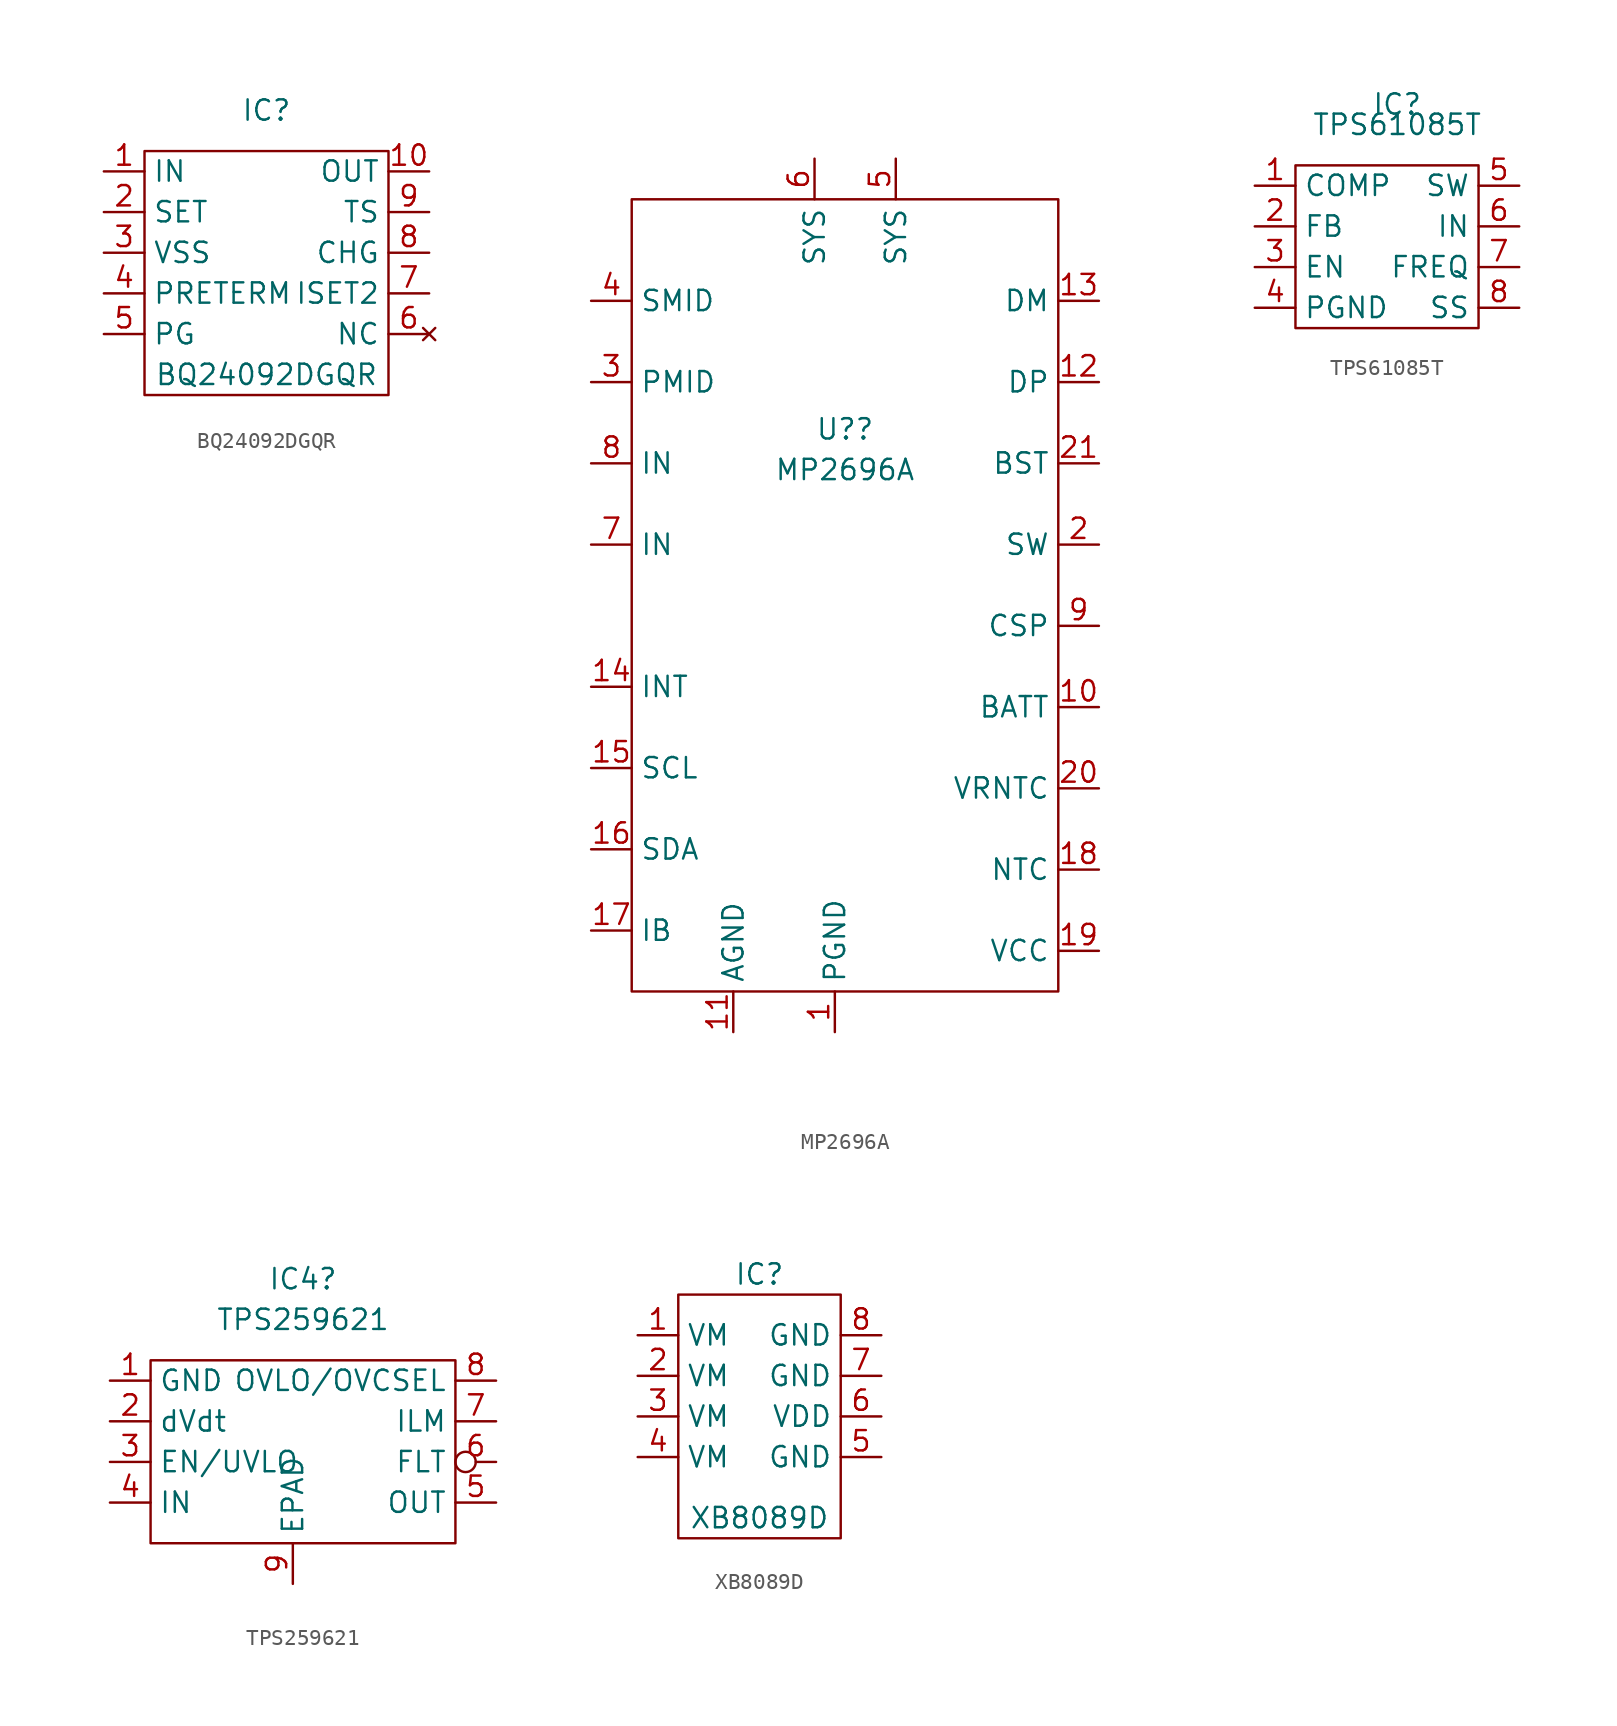
<source format=kicad_sym>
(kicad_symbol_lib
  (version 20211014)
  (generator kicad_symbol_editor)
  (symbol "BQ24092DGQR"
    (property "Reference" "IC"
      (at 1.27 10.16 0)
      (effects (font (size 1.27 1.27))))
    (property "Value" "BQ24092DGQR"
      (at 1.27 -6.35 0)
      (effects (font (size 1.27 1.27))))
    (symbol "BQ24092DGQR_0_1"
      (rectangle (start -6.35 7.62) (end 8.89 -7.62) (stroke (width 0) (type default) (color 0 0 0 0)) (fill (type none))))
    (symbol "BQ24092DGQR_1_1"
      (pin input line (at -8.89 6.35 0) (length 2.54) (name "IN" (effects (font (size 1.27 1.27)))) (number "1" (effects (font (size 1.27 1.27)))))
      (pin output line (at 11.43 6.35 180) (length 2.54) (name "OUT" (effects (font (size 1.27 1.27)))) (number "10" (effects (font (size 1.27 1.27)))))
      (pin input line (at -8.89 3.81 0) (length 2.54) (name "SET" (effects (font (size 1.27 1.27)))) (number "2" (effects (font (size 1.27 1.27)))))
      (pin input line (at -8.89 1.27 0) (length 2.54) (name "VSS" (effects (font (size 1.27 1.27)))) (number "3" (effects (font (size 1.27 1.27)))))
      (pin input line (at -8.89 -1.27 0) (length 2.54) (name "PRETERM" (effects (font (size 1.27 1.27)))) (number "4" (effects (font (size 1.27 1.27)))))
      (pin output line (at -8.89 -3.81 0) (length 2.54) (name "PG" (effects (font (size 1.27 1.27)))) (number "5" (effects (font (size 1.27 1.27)))))
      (pin no_connect line (at 11.43 -3.81 180) (length 2.54) (name "NC" (effects (font (size 1.27 1.27)))) (number "6" (effects (font (size 1.27 1.27)))))
      (pin input line (at 11.43 -1.27 180) (length 2.54) (name "ISET2" (effects (font (size 1.27 1.27)))) (number "7" (effects (font (size 1.27 1.27)))))
      (pin output line (at 11.43 1.27 180) (length 2.54) (name "CHG" (effects (font (size 1.27 1.27)))) (number "8" (effects (font (size 1.27 1.27)))))
      (pin input line (at 11.43 3.81 180) (length 2.54) (name "TS" (effects (font (size 1.27 1.27)))) (number "9" (effects (font (size 1.27 1.27)))))))
  (symbol "MP2696A"
    (property "Reference" "U?"
      (at -0.635 12.294 0)
      (effects (font (size 1.27 1.27))))
    (property "Value" "MP2696A"
      (at -0.635 9.754 0)
      (effects (font (size 1.27 1.27))))
    (symbol "MP2696A_0_1"
      (rectangle (start -13.97 26.67) (end 12.7 -22.86) (stroke (width 0) (type default) (color 0 0 0 0)) (fill (type none))))
    (symbol "MP2696A_1_1"
      (pin input line (at -1.27 -25.4 90) (length 2.54) (name "PGND" (effects (font (size 1.27 1.27)))) (number "1" (effects (font (size 1.27 1.27)))))
      (pin input line (at 15.24 -5.08 180) (length 2.54) (name "BATT" (effects (font (size 1.27 1.27)))) (number "10" (effects (font (size 1.27 1.27)))))
      (pin input line (at -7.62 -25.4 90) (length 2.54) (name "AGND" (effects (font (size 1.27 1.27)))) (number "11" (effects (font (size 1.27 1.27)))))
      (pin input line (at 15.24 15.24 180) (length 2.54) (name "DP" (effects (font (size 1.27 1.27)))) (number "12" (effects (font (size 1.27 1.27)))))
      (pin input line (at 15.24 20.32 180) (length 2.54) (name "DM" (effects (font (size 1.27 1.27)))) (number "13" (effects (font (size 1.27 1.27)))))
      (pin input line (at -16.51 -3.81 0) (length 2.54) (name "INT" (effects (font (size 1.27 1.27)))) (number "14" (effects (font (size 1.27 1.27)))))
      (pin input line (at -16.51 -8.89 0) (length 2.54) (name "SCL" (effects (font (size 1.27 1.27)))) (number "15" (effects (font (size 1.27 1.27)))))
      (pin input line (at -16.51 -13.97 0) (length 2.54) (name "SDA" (effects (font (size 1.27 1.27)))) (number "16" (effects (font (size 1.27 1.27)))))
      (pin input line (at -16.51 -19.05 0) (length 2.54) (name "IB" (effects (font (size 1.27 1.27)))) (number "17" (effects (font (size 1.27 1.27)))))
      (pin input line (at 15.24 -15.24 180) (length 2.54) (name "NTC" (effects (font (size 1.27 1.27)))) (number "18" (effects (font (size 1.27 1.27)))))
      (pin input line (at 15.24 -20.32 180) (length 2.54) (name "VCC" (effects (font (size 1.27 1.27)))) (number "19" (effects (font (size 1.27 1.27)))))
      (pin input line (at 15.24 5.08 180) (length 2.54) (name "SW" (effects (font (size 1.27 1.27)))) (number "2" (effects (font (size 1.27 1.27)))))
      (pin input line (at 15.24 -10.16 180) (length 2.54) (name "VRNTC" (effects (font (size 1.27 1.27)))) (number "20" (effects (font (size 1.27 1.27)))))
      (pin input line (at 15.24 10.16 180) (length 2.54) (name "BST" (effects (font (size 1.27 1.27)))) (number "21" (effects (font (size 1.27 1.27)))))
      (pin input line (at -16.51 15.24 0) (length 2.54) (name "PMID" (effects (font (size 1.27 1.27)))) (number "3" (effects (font (size 1.27 1.27)))))
      (pin input line (at -16.51 20.32 0) (length 2.54) (name "SMID" (effects (font (size 1.27 1.27)))) (number "4" (effects (font (size 1.27 1.27)))))
      (pin input line (at 2.54 29.21 270) (length 2.54) (name "SYS" (effects (font (size 1.27 1.27)))) (number "5" (effects (font (size 1.27 1.27)))))
      (pin input line (at -2.54 29.21 270) (length 2.54) (name "SYS" (effects (font (size 1.27 1.27)))) (number "6" (effects (font (size 1.27 1.27)))))
      (pin input line (at -16.51 5.08 0) (length 2.54) (name "IN" (effects (font (size 1.27 1.27)))) (number "7" (effects (font (size 1.27 1.27)))))
      (pin input line (at -16.51 10.16 0) (length 2.54) (name "IN" (effects (font (size 1.27 1.27)))) (number "8" (effects (font (size 1.27 1.27)))))
      (pin input line (at 15.24 0 180) (length 2.54) (name "CSP" (effects (font (size 1.27 1.27)))) (number "9" (effects (font (size 1.27 1.27)))))))
  (symbol "TPS61085T"
    (property "Reference" "IC"
      (at 0 8.89 0)
      (effects (font (size 1.27 1.27))))
    (property "Value" "TPS61085T"
      (at 0 7.62 0)
      (effects (font (size 1.27 1.27))))
    (symbol "TPS61085T_0_1"
      (rectangle (start -6.35 5.08) (end 5.08 -5.08) (stroke (width 0) (type default) (color 0 0 0 0)) (fill (type none))))
    (symbol "TPS61085T_1_1"
      (pin bidirectional line (at -8.89 3.81 0) (length 2.54) (name "COMP" (effects (font (size 1.27 1.27)))) (number "1" (effects (font (size 1.27 1.27)))))
      (pin input line (at -8.89 1.27 0) (length 2.54) (name "FB" (effects (font (size 1.27 1.27)))) (number "2" (effects (font (size 1.27 1.27)))))
      (pin input line (at -8.89 -1.27 0) (length 2.54) (name "EN" (effects (font (size 1.27 1.27)))) (number "3" (effects (font (size 1.27 1.27)))))
      (pin power_out line (at -8.89 -3.81 0) (length 2.54) (name "PGND" (effects (font (size 1.27 1.27)))) (number "4" (effects (font (size 1.27 1.27)))))
      (pin input line (at 7.62 3.81 180) (length 2.54) (name "SW" (effects (font (size 1.27 1.27)))) (number "5" (effects (font (size 1.27 1.27)))))
      (pin power_in line (at 7.62 1.27 180) (length 2.54) (name "IN" (effects (font (size 1.27 1.27)))) (number "6" (effects (font (size 1.27 1.27)))))
      (pin input line (at 7.62 -1.27 180) (length 2.54) (name "FREQ" (effects (font (size 1.27 1.27)))) (number "7" (effects (font (size 1.27 1.27)))))
      (pin output line (at 7.62 -3.81 180) (length 2.54) (name "SS" (effects (font (size 1.27 1.27)))) (number "8" (effects (font (size 1.27 1.27)))))))
  (symbol "TPS259621"
    (property "Reference" "IC4"
      (at -0.635 11.43 0)
      (effects (font (size 1.27 1.27))))
    (property "Value" "TPS259621"
      (at -0.635 8.89 0)
      (effects (font (size 1.27 1.27))))
    (symbol "TPS259621_0_1"
      (rectangle (start -10.16 6.35) (end 8.89 -5.08) (stroke (width 0) (type default) (color 0 0 0 0)) (fill (type none))))
    (symbol "TPS259621_1_1"
      (pin power_out line (at -12.7 5.08 0) (length 2.54) (name "GND" (effects (font (size 1.27 1.27)))) (number "1" (effects (font (size 1.27 1.27)))))
      (pin output line (at -12.7 2.54 0) (length 2.54) (name "dVdt" (effects (font (size 1.27 1.27)))) (number "2" (effects (font (size 1.27 1.27)))))
      (pin input line (at -12.7 0 0) (length 2.54) (name "EN/UVLO" (effects (font (size 1.27 1.27)))) (number "3" (effects (font (size 1.27 1.27)))))
      (pin power_in line (at -12.7 -2.54 0) (length 2.54) (name "IN" (effects (font (size 1.27 1.27)))) (number "4" (effects (font (size 1.27 1.27)))))
      (pin power_out line (at 11.43 -2.54 180) (length 2.54) (name "OUT" (effects (font (size 1.27 1.27)))) (number "5" (effects (font (size 1.27 1.27)))))
      (pin output inverted (at 11.43 0 180) (length 2.54) (name "FLT" (effects (font (size 1.27 1.27)))) (number "6" (effects (font (size 1.27 1.27)))))
      (pin output line (at 11.43 2.54 180) (length 2.54) (name "ILM" (effects (font (size 1.27 1.27)))) (number "7" (effects (font (size 1.27 1.27)))))
      (pin input line (at 11.43 5.08 180) (length 2.54) (name "OVLO/OVCSEL" (effects (font (size 1.27 1.27)))) (number "8" (effects (font (size 1.27 1.27)))))
      (pin power_out line (at -1.27 -7.62 90) (length 2.54) (name "EPAD" (effects (font (size 1.27 1.27)))) (number "9" (effects (font (size 1.27 1.27)))))))
  (symbol "XB8089D"
    (property "Reference" "IC"
      (at 0 8.89 0)
      (effects (font (size 1.27 1.27))))
    (property "Value" "XB8089D"
      (at 0 -6.35 0)
      (effects (font (size 1.27 1.27))))
    (symbol "XB8089D_0_1"
      (rectangle (start -5.08 7.62) (end 5.08 -7.62) (stroke (width 0) (type default) (color 0 0 0 0)) (fill (type none))))
    (symbol "XB8089D_1_1"
      (pin input line (at -7.62 5.08 0) (length 2.54) (name "VM" (effects (font (size 1.27 1.27)))) (number "1" (effects (font (size 1.27 1.27)))))
      (pin input line (at -7.62 2.54 0) (length 2.54) (name "VM" (effects (font (size 1.27 1.27)))) (number "2" (effects (font (size 1.27 1.27)))))
      (pin input line (at -7.62 0 0) (length 2.54) (name "VM" (effects (font (size 1.27 1.27)))) (number "3" (effects (font (size 1.27 1.27)))))
      (pin input line (at -7.62 -2.54 0) (length 2.54) (name "VM" (effects (font (size 1.27 1.27)))) (number "4" (effects (font (size 1.27 1.27)))))
      (pin input line (at 7.62 -2.54 180) (length 2.54) (name "GND" (effects (font (size 1.27 1.27)))) (number "5" (effects (font (size 1.27 1.27)))))
      (pin input line (at 7.62 0 180) (length 2.54) (name "VDD" (effects (font (size 1.27 1.27)))) (number "6" (effects (font (size 1.27 1.27)))))
      (pin input line (at 7.62 2.54 180) (length 2.54) (name "GND" (effects (font (size 1.27 1.27)))) (number "7" (effects (font (size 1.27 1.27)))))
      (pin input line (at 7.62 5.08 180) (length 2.54) (name "GND" (effects (font (size 1.27 1.27)))) (number "8" (effects (font (size 1.27 1.27))))))))
</source>
